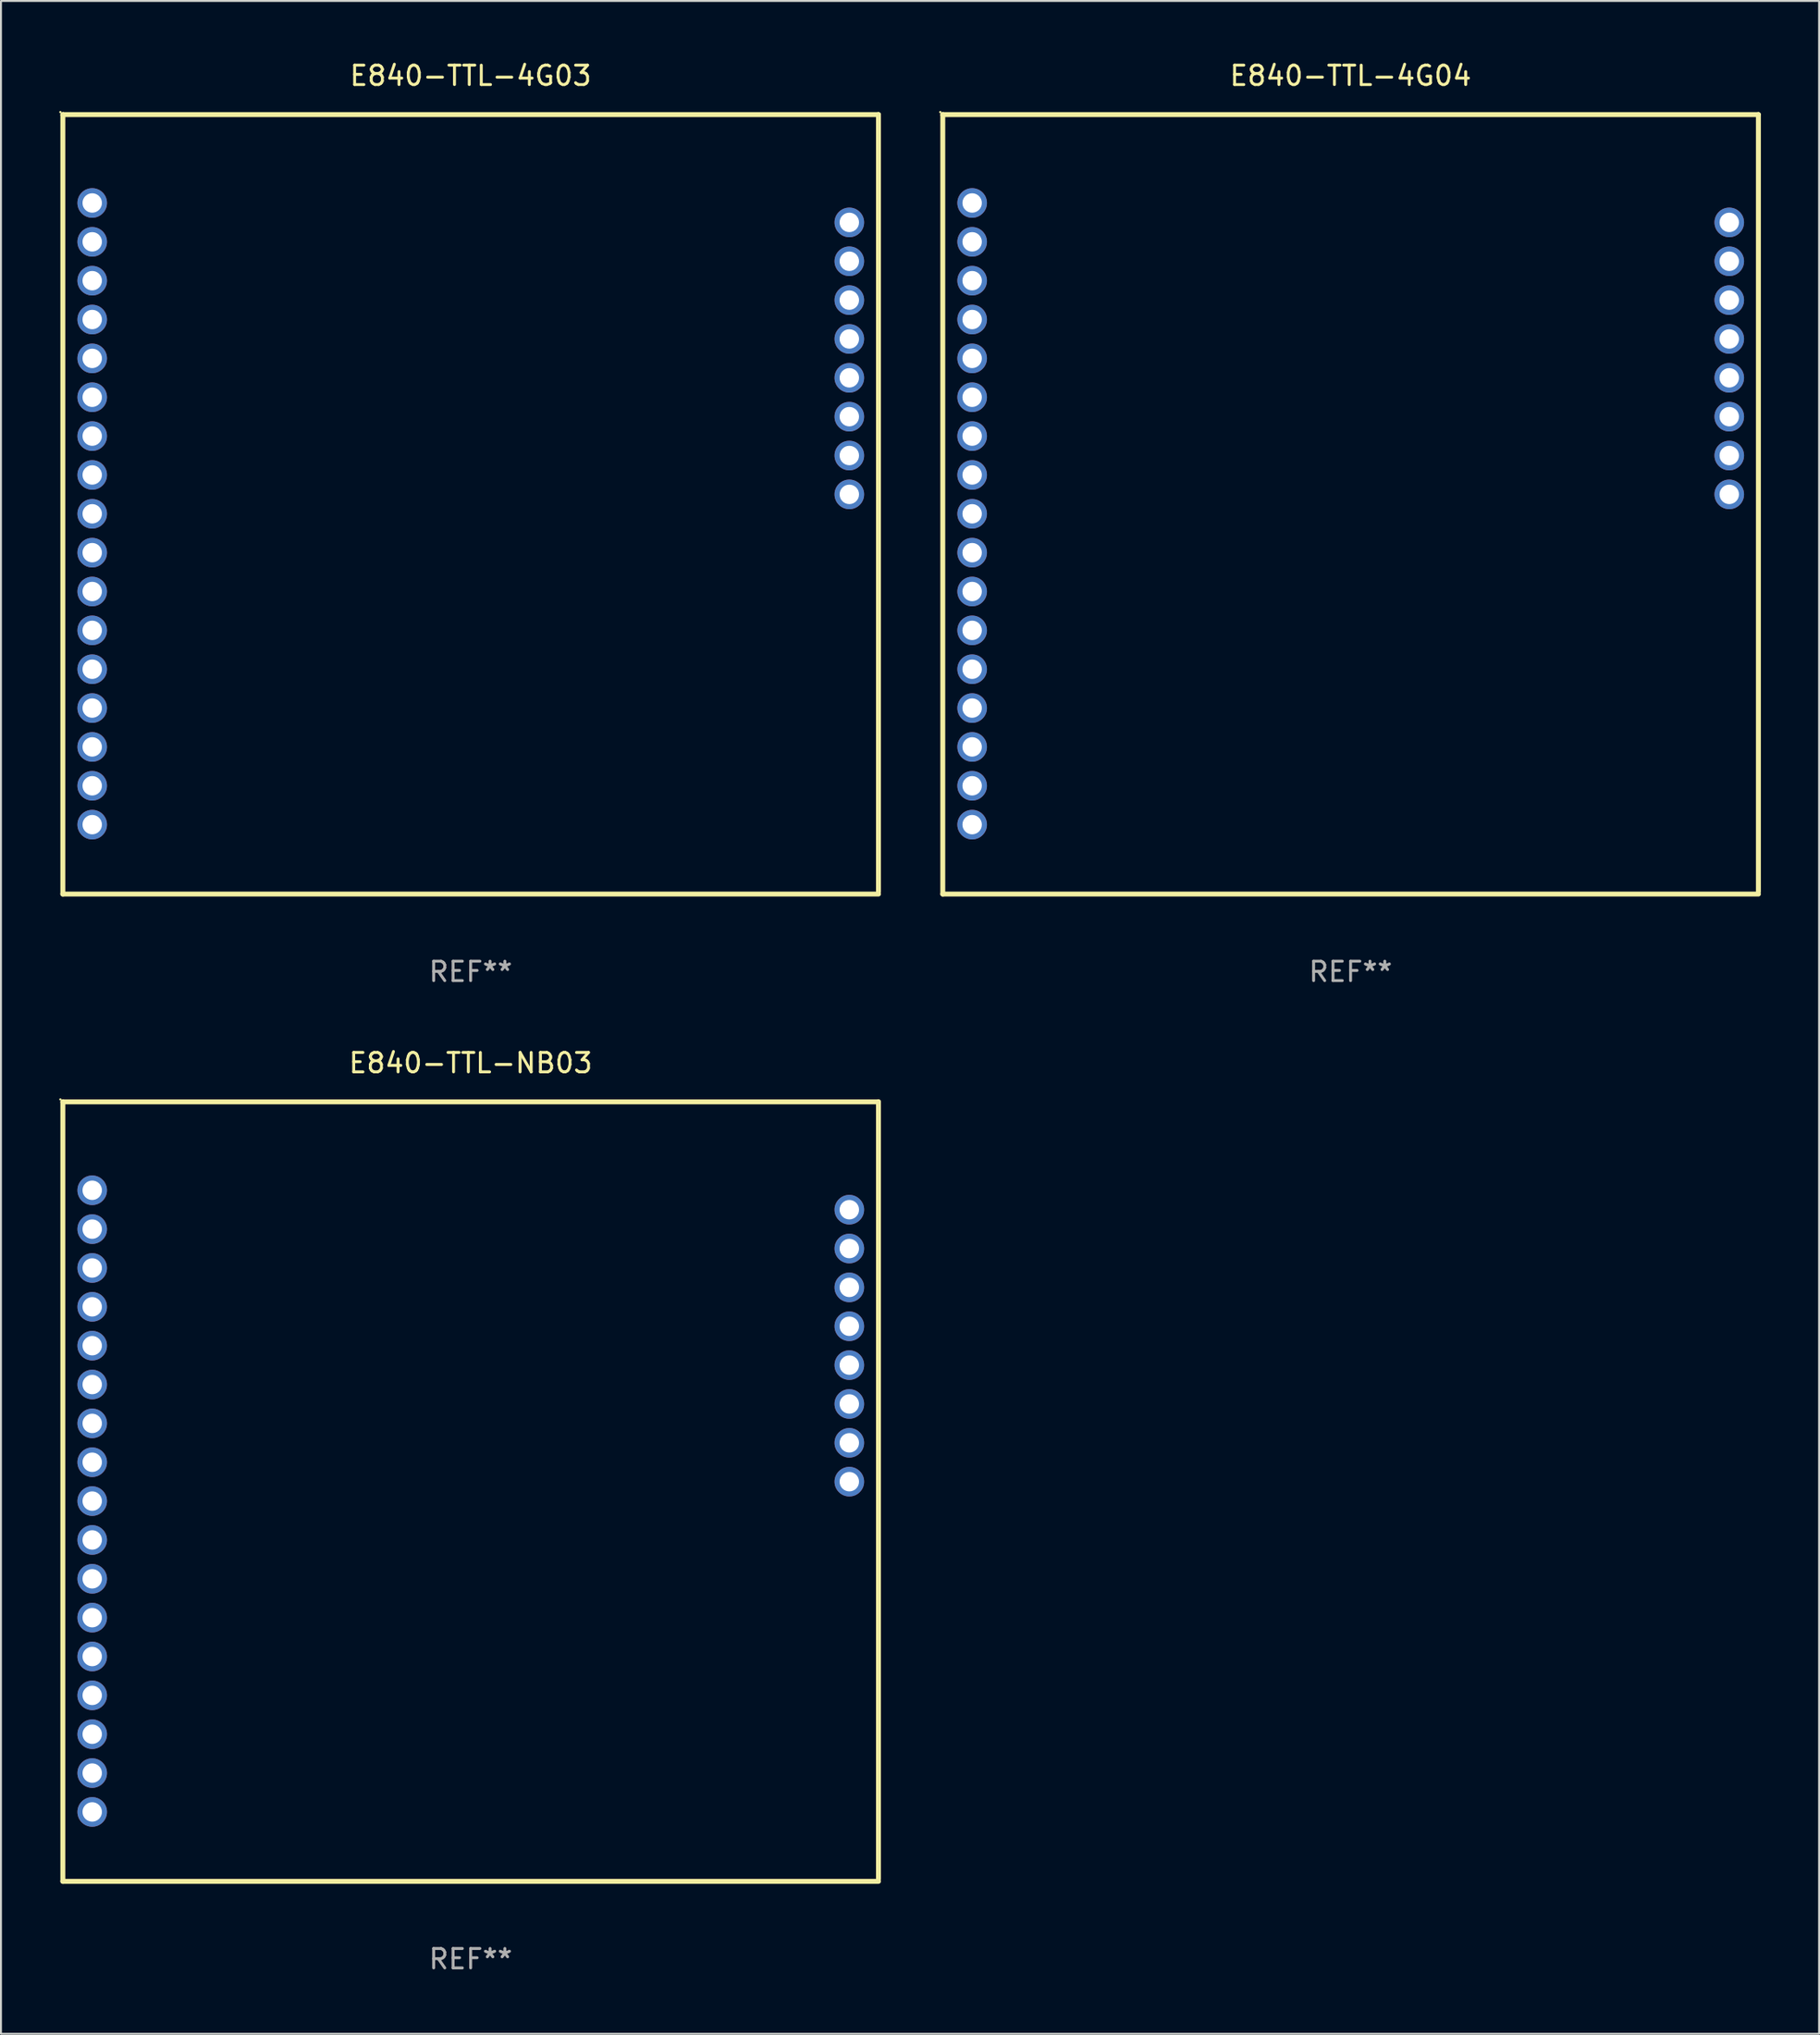
<source format=kicad_pcb>
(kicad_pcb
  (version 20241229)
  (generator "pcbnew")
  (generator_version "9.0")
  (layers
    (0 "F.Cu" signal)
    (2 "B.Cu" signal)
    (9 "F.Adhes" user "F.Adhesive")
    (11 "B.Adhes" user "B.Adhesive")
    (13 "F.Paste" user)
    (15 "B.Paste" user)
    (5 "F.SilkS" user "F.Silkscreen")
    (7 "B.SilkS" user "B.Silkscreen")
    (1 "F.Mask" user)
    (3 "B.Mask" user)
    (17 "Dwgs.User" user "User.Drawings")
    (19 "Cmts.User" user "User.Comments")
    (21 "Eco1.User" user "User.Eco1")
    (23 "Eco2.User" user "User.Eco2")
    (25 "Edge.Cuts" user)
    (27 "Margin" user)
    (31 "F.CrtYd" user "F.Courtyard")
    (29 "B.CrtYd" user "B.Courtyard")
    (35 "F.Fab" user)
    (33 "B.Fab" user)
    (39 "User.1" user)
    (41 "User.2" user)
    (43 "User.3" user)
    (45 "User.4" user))
  (footprint "E840-TTL-4G03"
    (layer "F.Cu")
    (at 21.194 22.91)
    (property "Reference" "E840-TTL-4G03" (at 0 -22.062 0) (layer "F.SilkS") (effects (font (size 1 1) (thickness 0.15))))
    (attr through_hole)
    (fp_line (start -21.007 -20.062) (end -21.007 20.062) (stroke (width 0.254) (type solid)) (layer "F.SilkS"))
    (fp_line (start -21.007 20.062) (end 21.007 20.062) (stroke (width 0.254) (type solid)) (layer "F.SilkS"))
    (fp_line (start 21.007 -20.062) (end -21.007 -20.062) (stroke (width 0.254) (type solid)) (layer "F.SilkS"))
    (fp_line (start 21.007 -20.062) (end 21.007 19.938) (stroke (width 0.254) (type solid)) (layer "F.SilkS"))
    (fp_circle (center -21.134 -20.189) (end -21.104 -20.189) (stroke (width 0.06) (type solid)) (fill no) (layer "F.SilkS"))
    (fp_text user "REF**" (at 0 24.062 0) (layer "F.Fab") (effects (font (size 1 1) (thickness 0.15))))
    (pad "1" thru_hole circle (at -19.494 -15.512) (size 1.524 1.524) (drill 1) (layers "*.Cu" "*.Mask"))
    (pad "2" thru_hole circle (at -19.494 -13.512) (size 1.524 1.524) (drill 1) (layers "*.Cu" "*.Mask"))
    (pad "3" thru_hole circle (at -19.494 -11.512) (size 1.524 1.524) (drill 1) (layers "*.Cu" "*.Mask"))
    (pad "4" thru_hole circle (at -19.494 -9.512) (size 1.524 1.524) (drill 1) (layers "*.Cu" "*.Mask"))
    (pad "5" thru_hole circle (at -19.494 -7.512) (size 1.524 1.524) (drill 1) (layers "*.Cu" "*.Mask"))
    (pad "6" thru_hole circle (at -19.494 -5.512) (size 1.524 1.524) (drill 1) (layers "*.Cu" "*.Mask"))
    (pad "7" thru_hole circle (at -19.494 -3.512) (size 1.524 1.524) (drill 1) (layers "*.Cu" "*.Mask"))
    (pad "8" thru_hole circle (at -19.494 -1.512) (size 1.524 1.524) (drill 1) (layers "*.Cu" "*.Mask"))
    (pad "9" thru_hole circle (at -19.494 0.488) (size 1.524 1.524) (drill 1) (layers "*.Cu" "*.Mask"))
    (pad "10" thru_hole circle (at -19.494 2.488) (size 1.524 1.524) (drill 1) (layers "*.Cu" "*.Mask"))
    (pad "11" thru_hole circle (at -19.494 4.488) (size 1.524 1.524) (drill 1) (layers "*.Cu" "*.Mask"))
    (pad "12" thru_hole circle (at -19.494 6.488) (size 1.524 1.524) (drill 1) (layers "*.Cu" "*.Mask"))
    (pad "13" thru_hole circle (at -19.494 8.488) (size 1.524 1.524) (drill 1) (layers "*.Cu" "*.Mask"))
    (pad "14" thru_hole circle (at -19.494 10.488) (size 1.524 1.524) (drill 1) (layers "*.Cu" "*.Mask"))
    (pad "15" thru_hole circle (at -19.494 12.488) (size 1.524 1.524) (drill 1) (layers "*.Cu" "*.Mask"))
    (pad "16" thru_hole circle (at -19.494 14.488) (size 1.524 1.524) (drill 1) (layers "*.Cu" "*.Mask"))
    (pad "17" thru_hole circle (at -19.494 16.488) (size 1.524 1.524) (drill 1) (layers "*.Cu" "*.Mask"))
    (pad "18" thru_hole circle (at 19.506 -0.512) (size 1.524 1.524) (drill 1) (layers "*.Cu" "*.Mask"))
    (pad "19" thru_hole circle (at 19.506 -2.512) (size 1.524 1.524) (drill 1) (layers "*.Cu" "*.Mask"))
    (pad "20" thru_hole circle (at 19.506 -4.512) (size 1.524 1.524) (drill 1) (layers "*.Cu" "*.Mask"))
    (pad "21" thru_hole circle (at 19.506 -6.512) (size 1.524 1.524) (drill 1) (layers "*.Cu" "*.Mask"))
    (pad "22" thru_hole circle (at 19.506 -8.512) (size 1.524 1.524) (drill 1) (layers "*.Cu" "*.Mask"))
    (pad "23" thru_hole circle (at 19.506 -10.512) (size 1.524 1.524) (drill 1) (layers "*.Cu" "*.Mask"))
    (pad "24" thru_hole circle (at 19.506 -12.512) (size 1.524 1.524) (drill 1) (layers "*.Cu" "*.Mask"))
    (pad "25" thru_hole circle (at 19.506 -14.512) (size 1.524 1.524) (drill 1) (layers "*.Cu" "*.Mask")))
  (footprint "E840-TTL-4G04"
    (layer "F.Cu")
    (at 66.521 22.91)
    (property "Reference" "E840-TTL-4G04" (at 0 -22.062 0) (layer "F.SilkS") (effects (font (size 1 1) (thickness 0.15))))
    (attr through_hole)
    (fp_line (start -21.007 -20.062) (end -21.007 20.062) (stroke (width 0.254) (type solid)) (layer "F.SilkS"))
    (fp_line (start -21.007 20.062) (end 21.007 20.062) (stroke (width 0.254) (type solid)) (layer "F.SilkS"))
    (fp_line (start 21.007 -20.062) (end -21.007 -20.062) (stroke (width 0.254) (type solid)) (layer "F.SilkS"))
    (fp_line (start 21.007 -20.062) (end 21.007 19.938) (stroke (width 0.254) (type solid)) (layer "F.SilkS"))
    (fp_circle (center -21.134 -20.189) (end -21.104 -20.189) (stroke (width 0.06) (type solid)) (fill no) (layer "F.SilkS"))
    (fp_text user "REF**" (at 0 24.062 0) (layer "F.Fab") (effects (font (size 1 1) (thickness 0.15))))
    (pad "1" thru_hole circle (at -19.494 -15.512) (size 1.524 1.524) (drill 1) (layers "*.Cu" "*.Mask"))
    (pad "2" thru_hole circle (at -19.494 -13.512) (size 1.524 1.524) (drill 1) (layers "*.Cu" "*.Mask"))
    (pad "3" thru_hole circle (at -19.494 -11.512) (size 1.524 1.524) (drill 1) (layers "*.Cu" "*.Mask"))
    (pad "4" thru_hole circle (at -19.494 -9.512) (size 1.524 1.524) (drill 1) (layers "*.Cu" "*.Mask"))
    (pad "5" thru_hole circle (at -19.494 -7.512) (size 1.524 1.524) (drill 1) (layers "*.Cu" "*.Mask"))
    (pad "6" thru_hole circle (at -19.494 -5.512) (size 1.524 1.524) (drill 1) (layers "*.Cu" "*.Mask"))
    (pad "7" thru_hole circle (at -19.494 -3.512) (size 1.524 1.524) (drill 1) (layers "*.Cu" "*.Mask"))
    (pad "8" thru_hole circle (at -19.494 -1.512) (size 1.524 1.524) (drill 1) (layers "*.Cu" "*.Mask"))
    (pad "9" thru_hole circle (at -19.494 0.488) (size 1.524 1.524) (drill 1) (layers "*.Cu" "*.Mask"))
    (pad "10" thru_hole circle (at -19.494 2.488) (size 1.524 1.524) (drill 1) (layers "*.Cu" "*.Mask"))
    (pad "11" thru_hole circle (at -19.494 4.488) (size 1.524 1.524) (drill 1) (layers "*.Cu" "*.Mask"))
    (pad "12" thru_hole circle (at -19.494 6.488) (size 1.524 1.524) (drill 1) (layers "*.Cu" "*.Mask"))
    (pad "13" thru_hole circle (at -19.494 8.488) (size 1.524 1.524) (drill 1) (layers "*.Cu" "*.Mask"))
    (pad "14" thru_hole circle (at -19.494 10.488) (size 1.524 1.524) (drill 1) (layers "*.Cu" "*.Mask"))
    (pad "15" thru_hole circle (at -19.494 12.488) (size 1.524 1.524) (drill 1) (layers "*.Cu" "*.Mask"))
    (pad "16" thru_hole circle (at -19.494 14.488) (size 1.524 1.524) (drill 1) (layers "*.Cu" "*.Mask"))
    (pad "17" thru_hole circle (at -19.494 16.488) (size 1.524 1.524) (drill 1) (layers "*.Cu" "*.Mask"))
    (pad "18" thru_hole circle (at 19.506 -0.512) (size 1.524 1.524) (drill 1) (layers "*.Cu" "*.Mask"))
    (pad "19" thru_hole circle (at 19.506 -2.512) (size 1.524 1.524) (drill 1) (layers "*.Cu" "*.Mask"))
    (pad "20" thru_hole circle (at 19.506 -4.512) (size 1.524 1.524) (drill 1) (layers "*.Cu" "*.Mask"))
    (pad "21" thru_hole circle (at 19.506 -6.512) (size 1.524 1.524) (drill 1) (layers "*.Cu" "*.Mask"))
    (pad "22" thru_hole circle (at 19.506 -8.512) (size 1.524 1.524) (drill 1) (layers "*.Cu" "*.Mask"))
    (pad "23" thru_hole circle (at 19.506 -10.512) (size 1.524 1.524) (drill 1) (layers "*.Cu" "*.Mask"))
    (pad "24" thru_hole circle (at 19.506 -12.512) (size 1.524 1.524) (drill 1) (layers "*.Cu" "*.Mask"))
    (pad "25" thru_hole circle (at 19.506 -14.512) (size 1.524 1.524) (drill 1) (layers "*.Cu" "*.Mask")))
  (footprint "E840-TTL-NB03"
    (layer "F.Cu")
    (at 21.194 73.731)
    (property "Reference" "E840-TTL-NB03" (at 0 -22.062 0) (layer "F.SilkS") (effects (font (size 1 1) (thickness 0.15))))
    (attr through_hole)
    (fp_line (start -21.007 -20.062) (end -21.007 20.062) (stroke (width 0.254) (type solid)) (layer "F.SilkS"))
    (fp_line (start -21.007 20.062) (end 21.007 20.062) (stroke (width 0.254) (type solid)) (layer "F.SilkS"))
    (fp_line (start 21.007 -20.062) (end -21.007 -20.062) (stroke (width 0.254) (type solid)) (layer "F.SilkS"))
    (fp_line (start 21.007 -20.062) (end 21.007 19.938) (stroke (width 0.254) (type solid)) (layer "F.SilkS"))
    (fp_circle (center -21.134 -20.189) (end -21.104 -20.189) (stroke (width 0.06) (type solid)) (fill no) (layer "F.SilkS"))
    (fp_text user "REF**" (at 0 24.062 0) (layer "F.Fab") (effects (font (size 1 1) (thickness 0.15))))
    (pad "1" thru_hole circle (at -19.494 -15.512) (size 1.524 1.524) (drill 1) (layers "*.Cu" "*.Mask"))
    (pad "2" thru_hole circle (at -19.494 -13.512) (size 1.524 1.524) (drill 1) (layers "*.Cu" "*.Mask"))
    (pad "3" thru_hole circle (at -19.494 -11.512) (size 1.524 1.524) (drill 1) (layers "*.Cu" "*.Mask"))
    (pad "4" thru_hole circle (at -19.494 -9.512) (size 1.524 1.524) (drill 1) (layers "*.Cu" "*.Mask"))
    (pad "5" thru_hole circle (at -19.494 -7.512) (size 1.524 1.524) (drill 1) (layers "*.Cu" "*.Mask"))
    (pad "6" thru_hole circle (at -19.494 -5.512) (size 1.524 1.524) (drill 1) (layers "*.Cu" "*.Mask"))
    (pad "7" thru_hole circle (at -19.494 -3.512) (size 1.524 1.524) (drill 1) (layers "*.Cu" "*.Mask"))
    (pad "8" thru_hole circle (at -19.494 -1.512) (size 1.524 1.524) (drill 1) (layers "*.Cu" "*.Mask"))
    (pad "9" thru_hole circle (at -19.494 0.488) (size 1.524 1.524) (drill 1) (layers "*.Cu" "*.Mask"))
    (pad "10" thru_hole circle (at -19.494 2.488) (size 1.524 1.524) (drill 1) (layers "*.Cu" "*.Mask"))
    (pad "11" thru_hole circle (at -19.494 4.488) (size 1.524 1.524) (drill 1) (layers "*.Cu" "*.Mask"))
    (pad "12" thru_hole circle (at -19.494 6.488) (size 1.524 1.524) (drill 1) (layers "*.Cu" "*.Mask"))
    (pad "13" thru_hole circle (at -19.494 8.488) (size 1.524 1.524) (drill 1) (layers "*.Cu" "*.Mask"))
    (pad "14" thru_hole circle (at -19.494 10.488) (size 1.524 1.524) (drill 1) (layers "*.Cu" "*.Mask"))
    (pad "15" thru_hole circle (at -19.494 12.488) (size 1.524 1.524) (drill 1) (layers "*.Cu" "*.Mask"))
    (pad "16" thru_hole circle (at -19.494 14.488) (size 1.524 1.524) (drill 1) (layers "*.Cu" "*.Mask"))
    (pad "17" thru_hole circle (at -19.494 16.488) (size 1.524 1.524) (drill 1) (layers "*.Cu" "*.Mask"))
    (pad "18" thru_hole circle (at 19.506 -0.512) (size 1.524 1.524) (drill 1) (layers "*.Cu" "*.Mask"))
    (pad "19" thru_hole circle (at 19.506 -2.512) (size 1.524 1.524) (drill 1) (layers "*.Cu" "*.Mask"))
    (pad "20" thru_hole circle (at 19.506 -4.512) (size 1.524 1.524) (drill 1) (layers "*.Cu" "*.Mask"))
    (pad "21" thru_hole circle (at 19.506 -6.512) (size 1.524 1.524) (drill 1) (layers "*.Cu" "*.Mask"))
    (pad "22" thru_hole circle (at 19.506 -8.512) (size 1.524 1.524) (drill 1) (layers "*.Cu" "*.Mask"))
    (pad "23" thru_hole circle (at 19.506 -10.512) (size 1.524 1.524) (drill 1) (layers "*.Cu" "*.Mask"))
    (pad "24" thru_hole circle (at 19.506 -12.512) (size 1.524 1.524) (drill 1) (layers "*.Cu" "*.Mask"))
    (pad "25" thru_hole circle (at 19.506 -14.512) (size 1.524 1.524) (drill 1) (layers "*.Cu" "*.Mask")))
  (gr_rect
    (start -3 -3)
    (end 90.654 101.641)
    (stroke (width 0.1) (type default))
    (fill no)
    (layer "Edge.Cuts")))
</source>
